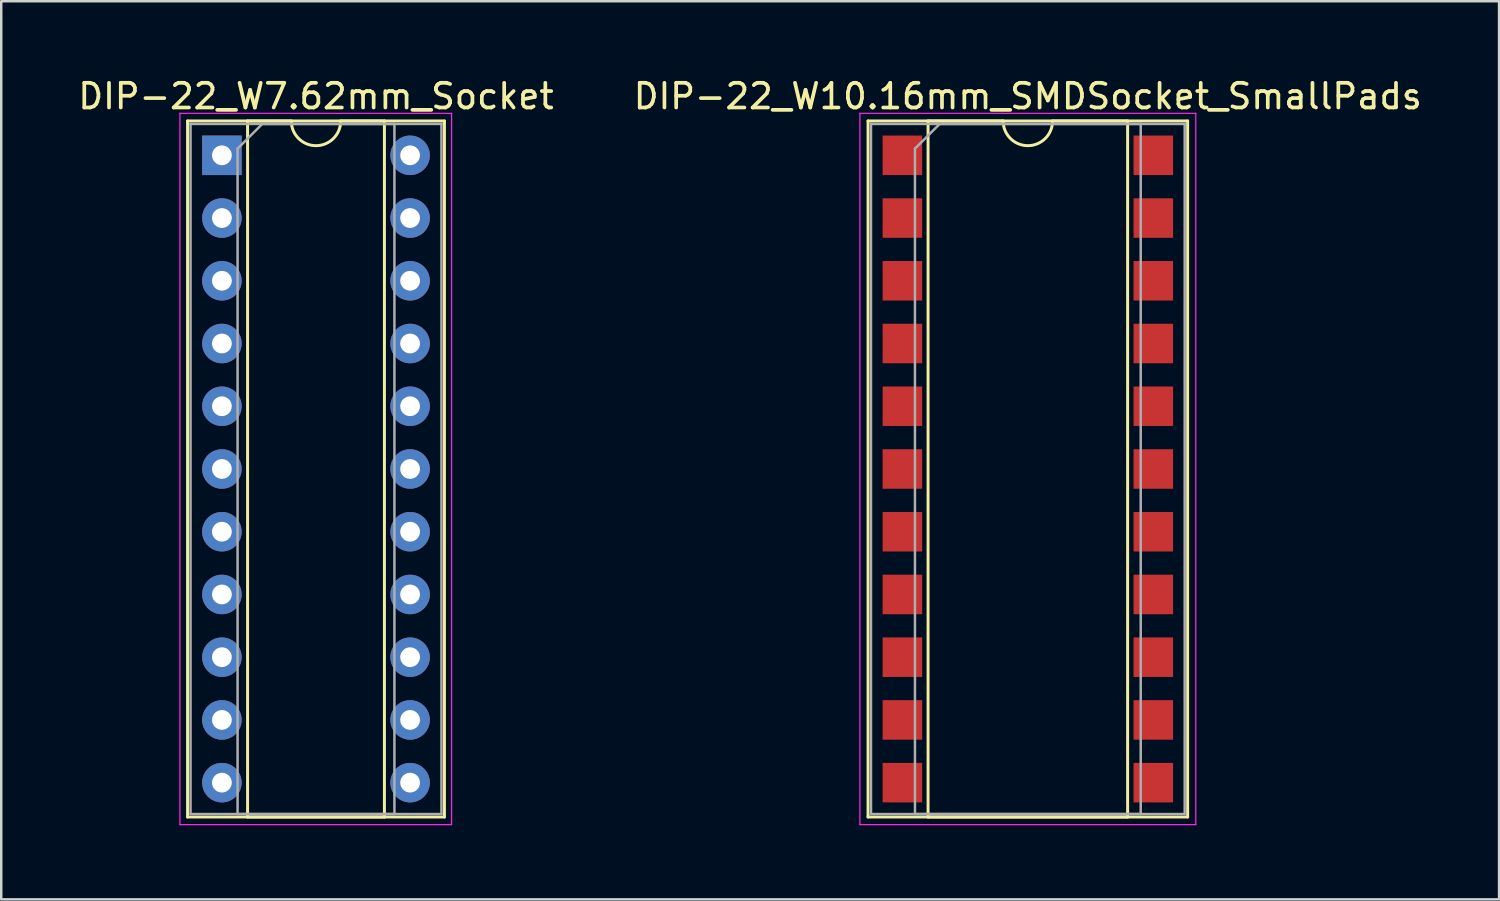
<source format=kicad_pcb>
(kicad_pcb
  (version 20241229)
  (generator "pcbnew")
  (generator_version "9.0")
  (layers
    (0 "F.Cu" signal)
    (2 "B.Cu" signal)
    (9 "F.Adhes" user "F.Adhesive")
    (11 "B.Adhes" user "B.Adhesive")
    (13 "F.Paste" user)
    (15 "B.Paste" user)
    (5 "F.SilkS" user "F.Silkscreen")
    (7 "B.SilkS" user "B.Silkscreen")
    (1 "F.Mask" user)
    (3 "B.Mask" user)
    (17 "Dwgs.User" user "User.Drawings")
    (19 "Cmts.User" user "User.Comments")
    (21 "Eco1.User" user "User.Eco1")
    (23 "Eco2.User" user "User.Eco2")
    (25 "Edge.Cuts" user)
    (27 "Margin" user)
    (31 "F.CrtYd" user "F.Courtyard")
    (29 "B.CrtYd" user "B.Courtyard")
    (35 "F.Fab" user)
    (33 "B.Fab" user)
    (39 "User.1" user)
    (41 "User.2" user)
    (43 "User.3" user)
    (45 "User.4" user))
  (footprint "DIP-22_W7.62mm_Socket"
    (layer "F.Cu")
    (at 5.934 3.238)
    (property "Reference" "DIP-22_W7.62mm_Socket" (at 3.81 -2.39 0) (layer "F.SilkS") (effects (font (size 1 1) (thickness 0.15))))
    (attr through_hole)
    (fp_line (start -1.39 -1.39) (end -1.39 26.79) (stroke (width 0.12) (type solid)) (layer "F.SilkS"))
    (fp_line (start -1.39 26.79) (end 9.01 26.79) (stroke (width 0.12) (type solid)) (layer "F.SilkS"))
    (fp_line (start 1.04 -1.39) (end 1.04 26.79) (stroke (width 0.12) (type solid)) (layer "F.SilkS"))
    (fp_line (start 1.04 26.79) (end 6.58 26.79) (stroke (width 0.12) (type solid)) (layer "F.SilkS"))
    (fp_line (start 2.81 -1.39) (end 1.04 -1.39) (stroke (width 0.12) (type solid)) (layer "F.SilkS"))
    (fp_line (start 6.58 -1.39) (end 4.81 -1.39) (stroke (width 0.12) (type solid)) (layer "F.SilkS"))
    (fp_line (start 6.58 26.79) (end 6.58 -1.39) (stroke (width 0.12) (type solid)) (layer "F.SilkS"))
    (fp_line (start 9.01 -1.39) (end -1.39 -1.39) (stroke (width 0.12) (type solid)) (layer "F.SilkS"))
    (fp_line (start 9.01 26.79) (end 9.01 -1.39) (stroke (width 0.12) (type solid)) (layer "F.SilkS"))
    (fp_arc (start 4.81 -1.39) (mid 3.81 -0.39) (end 2.81 -1.39) (stroke (width 0.12) (type solid)) (layer "F.SilkS"))
    (fp_line (start -1.7 -1.7) (end -1.7 27.1) (stroke (width 0.05) (type solid)) (layer "F.CrtYd"))
    (fp_line (start -1.7 27.1) (end 9.3 27.1) (stroke (width 0.05) (type solid)) (layer "F.CrtYd"))
    (fp_line (start 9.3 -1.7) (end -1.7 -1.7) (stroke (width 0.05) (type solid)) (layer "F.CrtYd"))
    (fp_line (start 9.3 27.1) (end 9.3 -1.7) (stroke (width 0.05) (type solid)) (layer "F.CrtYd"))
    (fp_line (start -1.27 -1.27) (end -1.27 26.67) (stroke (width 0.1) (type solid)) (layer "F.Fab"))
    (fp_line (start -1.27 26.67) (end 8.89 26.67) (stroke (width 0.1) (type solid)) (layer "F.Fab"))
    (fp_line (start 0.635 -0.27) (end 1.635 -1.27) (stroke (width 0.1) (type solid)) (layer "F.Fab"))
    (fp_line (start 0.635 26.67) (end 0.635 -0.27) (stroke (width 0.1) (type solid)) (layer "F.Fab"))
    (fp_line (start 1.635 -1.27) (end 6.985 -1.27) (stroke (width 0.1) (type solid)) (layer "F.Fab"))
    (fp_line (start 6.985 -1.27) (end 6.985 26.67) (stroke (width 0.1) (type solid)) (layer "F.Fab"))
    (fp_line (start 6.985 26.67) (end 0.635 26.67) (stroke (width 0.1) (type solid)) (layer "F.Fab"))
    (fp_line (start 8.89 -1.27) (end -1.27 -1.27) (stroke (width 0.1) (type solid)) (layer "F.Fab"))
    (fp_line (start 8.89 26.67) (end 8.89 -1.27) (stroke (width 0.1) (type solid)) (layer "F.Fab"))
    (pad "1" thru_hole rect (at 0 0) (size 1.6 1.6) (drill 0.8) (layers "*.Cu" "*.Mask"))
    (pad "2" thru_hole oval (at 0 2.54) (size 1.6 1.6) (drill 0.8) (layers "*.Cu" "*.Mask"))
    (pad "3" thru_hole oval (at 0 5.08) (size 1.6 1.6) (drill 0.8) (layers "*.Cu" "*.Mask"))
    (pad "4" thru_hole oval (at 0 7.62) (size 1.6 1.6) (drill 0.8) (layers "*.Cu" "*.Mask"))
    (pad "5" thru_hole oval (at 0 10.16) (size 1.6 1.6) (drill 0.8) (layers "*.Cu" "*.Mask"))
    (pad "6" thru_hole oval (at 0 12.7) (size 1.6 1.6) (drill 0.8) (layers "*.Cu" "*.Mask"))
    (pad "7" thru_hole oval (at 0 15.24) (size 1.6 1.6) (drill 0.8) (layers "*.Cu" "*.Mask"))
    (pad "8" thru_hole oval (at 0 17.78) (size 1.6 1.6) (drill 0.8) (layers "*.Cu" "*.Mask"))
    (pad "9" thru_hole oval (at 0 20.32) (size 1.6 1.6) (drill 0.8) (layers "*.Cu" "*.Mask"))
    (pad "10" thru_hole oval (at 0 22.86) (size 1.6 1.6) (drill 0.8) (layers "*.Cu" "*.Mask"))
    (pad "11" thru_hole oval (at 0 25.4) (size 1.6 1.6) (drill 0.8) (layers "*.Cu" "*.Mask"))
    (pad "12" thru_hole oval (at 7.62 25.4) (size 1.6 1.6) (drill 0.8) (layers "*.Cu" "*.Mask"))
    (pad "13" thru_hole oval (at 7.62 22.86) (size 1.6 1.6) (drill 0.8) (layers "*.Cu" "*.Mask"))
    (pad "14" thru_hole oval (at 7.62 20.32) (size 1.6 1.6) (drill 0.8) (layers "*.Cu" "*.Mask"))
    (pad "15" thru_hole oval (at 7.62 17.78) (size 1.6 1.6) (drill 0.8) (layers "*.Cu" "*.Mask"))
    (pad "16" thru_hole oval (at 7.62 15.24) (size 1.6 1.6) (drill 0.8) (layers "*.Cu" "*.Mask"))
    (pad "17" thru_hole oval (at 7.62 12.7) (size 1.6 1.6) (drill 0.8) (layers "*.Cu" "*.Mask"))
    (pad "18" thru_hole oval (at 7.62 10.16) (size 1.6 1.6) (drill 0.8) (layers "*.Cu" "*.Mask"))
    (pad "19" thru_hole oval (at 7.62 7.62) (size 1.6 1.6) (drill 0.8) (layers "*.Cu" "*.Mask"))
    (pad "20" thru_hole oval (at 7.62 5.08) (size 1.6 1.6) (drill 0.8) (layers "*.Cu" "*.Mask"))
    (pad "21" thru_hole oval (at 7.62 2.54) (size 1.6 1.6) (drill 0.8) (layers "*.Cu" "*.Mask"))
    (pad "22" thru_hole oval (at 7.62 0) (size 1.6 1.6) (drill 0.8) (layers "*.Cu" "*.Mask")))
  (footprint "DIP-22_W10.16mm_SMDSocket_SmallPads"
    (layer "F.Cu")
    (at 38.565 15.938)
    (property "Reference" "DIP-22_W10.16mm_SMDSocket_SmallPads" (at 0 -15.09 0) (layer "F.SilkS") (effects (font (size 1 1) (thickness 0.15))))
    (attr smd)
    (fp_line (start -6.47 -14.09) (end -6.47 14.09) (stroke (width 0.12) (type solid)) (layer "F.SilkS"))
    (fp_line (start -6.47 14.09) (end 6.47 14.09) (stroke (width 0.12) (type solid)) (layer "F.SilkS"))
    (fp_line (start -4.04 -14.09) (end -4.04 14.09) (stroke (width 0.12) (type solid)) (layer "F.SilkS"))
    (fp_line (start -4.04 14.09) (end 4.04 14.09) (stroke (width 0.12) (type solid)) (layer "F.SilkS"))
    (fp_line (start -1 -14.09) (end -4.04 -14.09) (stroke (width 0.12) (type solid)) (layer "F.SilkS"))
    (fp_line (start 4.04 -14.09) (end 1 -14.09) (stroke (width 0.12) (type solid)) (layer "F.SilkS"))
    (fp_line (start 4.04 14.09) (end 4.04 -14.09) (stroke (width 0.12) (type solid)) (layer "F.SilkS"))
    (fp_line (start 6.47 -14.09) (end -6.47 -14.09) (stroke (width 0.12) (type solid)) (layer "F.SilkS"))
    (fp_line (start 6.47 14.09) (end 6.47 -14.09) (stroke (width 0.12) (type solid)) (layer "F.SilkS"))
    (fp_arc (start 1 -14.09) (mid 0 -13.09) (end -1 -14.09) (stroke (width 0.12) (type solid)) (layer "F.SilkS"))
    (fp_line (start -6.8 -14.4) (end -6.8 14.4) (stroke (width 0.05) (type solid)) (layer "F.CrtYd"))
    (fp_line (start -6.8 14.4) (end 6.8 14.4) (stroke (width 0.05) (type solid)) (layer "F.CrtYd"))
    (fp_line (start 6.8 -14.4) (end -6.8 -14.4) (stroke (width 0.05) (type solid)) (layer "F.CrtYd"))
    (fp_line (start 6.8 14.4) (end 6.8 -14.4) (stroke (width 0.05) (type solid)) (layer "F.CrtYd"))
    (fp_line (start -6.35 -13.97) (end -6.35 13.97) (stroke (width 0.1) (type solid)) (layer "F.Fab"))
    (fp_line (start -6.35 13.97) (end 6.35 13.97) (stroke (width 0.1) (type solid)) (layer "F.Fab"))
    (fp_line (start -4.57 -12.97) (end -3.57 -13.97) (stroke (width 0.1) (type solid)) (layer "F.Fab"))
    (fp_line (start -4.57 13.97) (end -4.57 -12.97) (stroke (width 0.1) (type solid)) (layer "F.Fab"))
    (fp_line (start -3.57 -13.97) (end 4.57 -13.97) (stroke (width 0.1) (type solid)) (layer "F.Fab"))
    (fp_line (start 4.57 -13.97) (end 4.57 13.97) (stroke (width 0.1) (type solid)) (layer "F.Fab"))
    (fp_line (start 4.57 13.97) (end -4.57 13.97) (stroke (width 0.1) (type solid)) (layer "F.Fab"))
    (fp_line (start 6.35 -13.97) (end -6.35 -13.97) (stroke (width 0.1) (type solid)) (layer "F.Fab"))
    (fp_line (start 6.35 13.97) (end 6.35 -13.97) (stroke (width 0.1) (type solid)) (layer "F.Fab"))
    (pad "1" smd rect (at -5.08 -12.7) (size 1.6 1.6) (layers "F.Cu" "F.Mask"))
    (pad "2" smd rect (at -5.08 -10.16) (size 1.6 1.6) (layers "F.Cu" "F.Mask"))
    (pad "3" smd rect (at -5.08 -7.62) (size 1.6 1.6) (layers "F.Cu" "F.Mask"))
    (pad "4" smd rect (at -5.08 -5.08) (size 1.6 1.6) (layers "F.Cu" "F.Mask"))
    (pad "5" smd rect (at -5.08 -2.54) (size 1.6 1.6) (layers "F.Cu" "F.Mask"))
    (pad "6" smd rect (at -5.08 0) (size 1.6 1.6) (layers "F.Cu" "F.Mask"))
    (pad "7" smd rect (at -5.08 2.54) (size 1.6 1.6) (layers "F.Cu" "F.Mask"))
    (pad "8" smd rect (at -5.08 5.08) (size 1.6 1.6) (layers "F.Cu" "F.Mask"))
    (pad "9" smd rect (at -5.08 7.62) (size 1.6 1.6) (layers "F.Cu" "F.Mask"))
    (pad "10" smd rect (at -5.08 10.16) (size 1.6 1.6) (layers "F.Cu" "F.Mask"))
    (pad "11" smd rect (at -5.08 12.7) (size 1.6 1.6) (layers "F.Cu" "F.Mask"))
    (pad "12" smd rect (at 5.08 12.7) (size 1.6 1.6) (layers "F.Cu" "F.Mask"))
    (pad "13" smd rect (at 5.08 10.16) (size 1.6 1.6) (layers "F.Cu" "F.Mask"))
    (pad "14" smd rect (at 5.08 7.62) (size 1.6 1.6) (layers "F.Cu" "F.Mask"))
    (pad "15" smd rect (at 5.08 5.08) (size 1.6 1.6) (layers "F.Cu" "F.Mask"))
    (pad "16" smd rect (at 5.08 2.54) (size 1.6 1.6) (layers "F.Cu" "F.Mask"))
    (pad "17" smd rect (at 5.08 0) (size 1.6 1.6) (layers "F.Cu" "F.Mask"))
    (pad "18" smd rect (at 5.08 -2.54) (size 1.6 1.6) (layers "F.Cu" "F.Mask"))
    (pad "19" smd rect (at 5.08 -5.08) (size 1.6 1.6) (layers "F.Cu" "F.Mask"))
    (pad "20" smd rect (at 5.08 -7.62) (size 1.6 1.6) (layers "F.Cu" "F.Mask"))
    (pad "21" smd rect (at 5.08 -10.16) (size 1.6 1.6) (layers "F.Cu" "F.Mask"))
    (pad "22" smd rect (at 5.08 -12.7) (size 1.6 1.6) (layers "F.Cu" "F.Mask")))
  (gr_rect
    (start -3 -3)
    (end 57.643 33.363)
    (stroke (width 0.1) (type default))
    (fill no)
    (layer "Edge.Cuts")))
</source>
